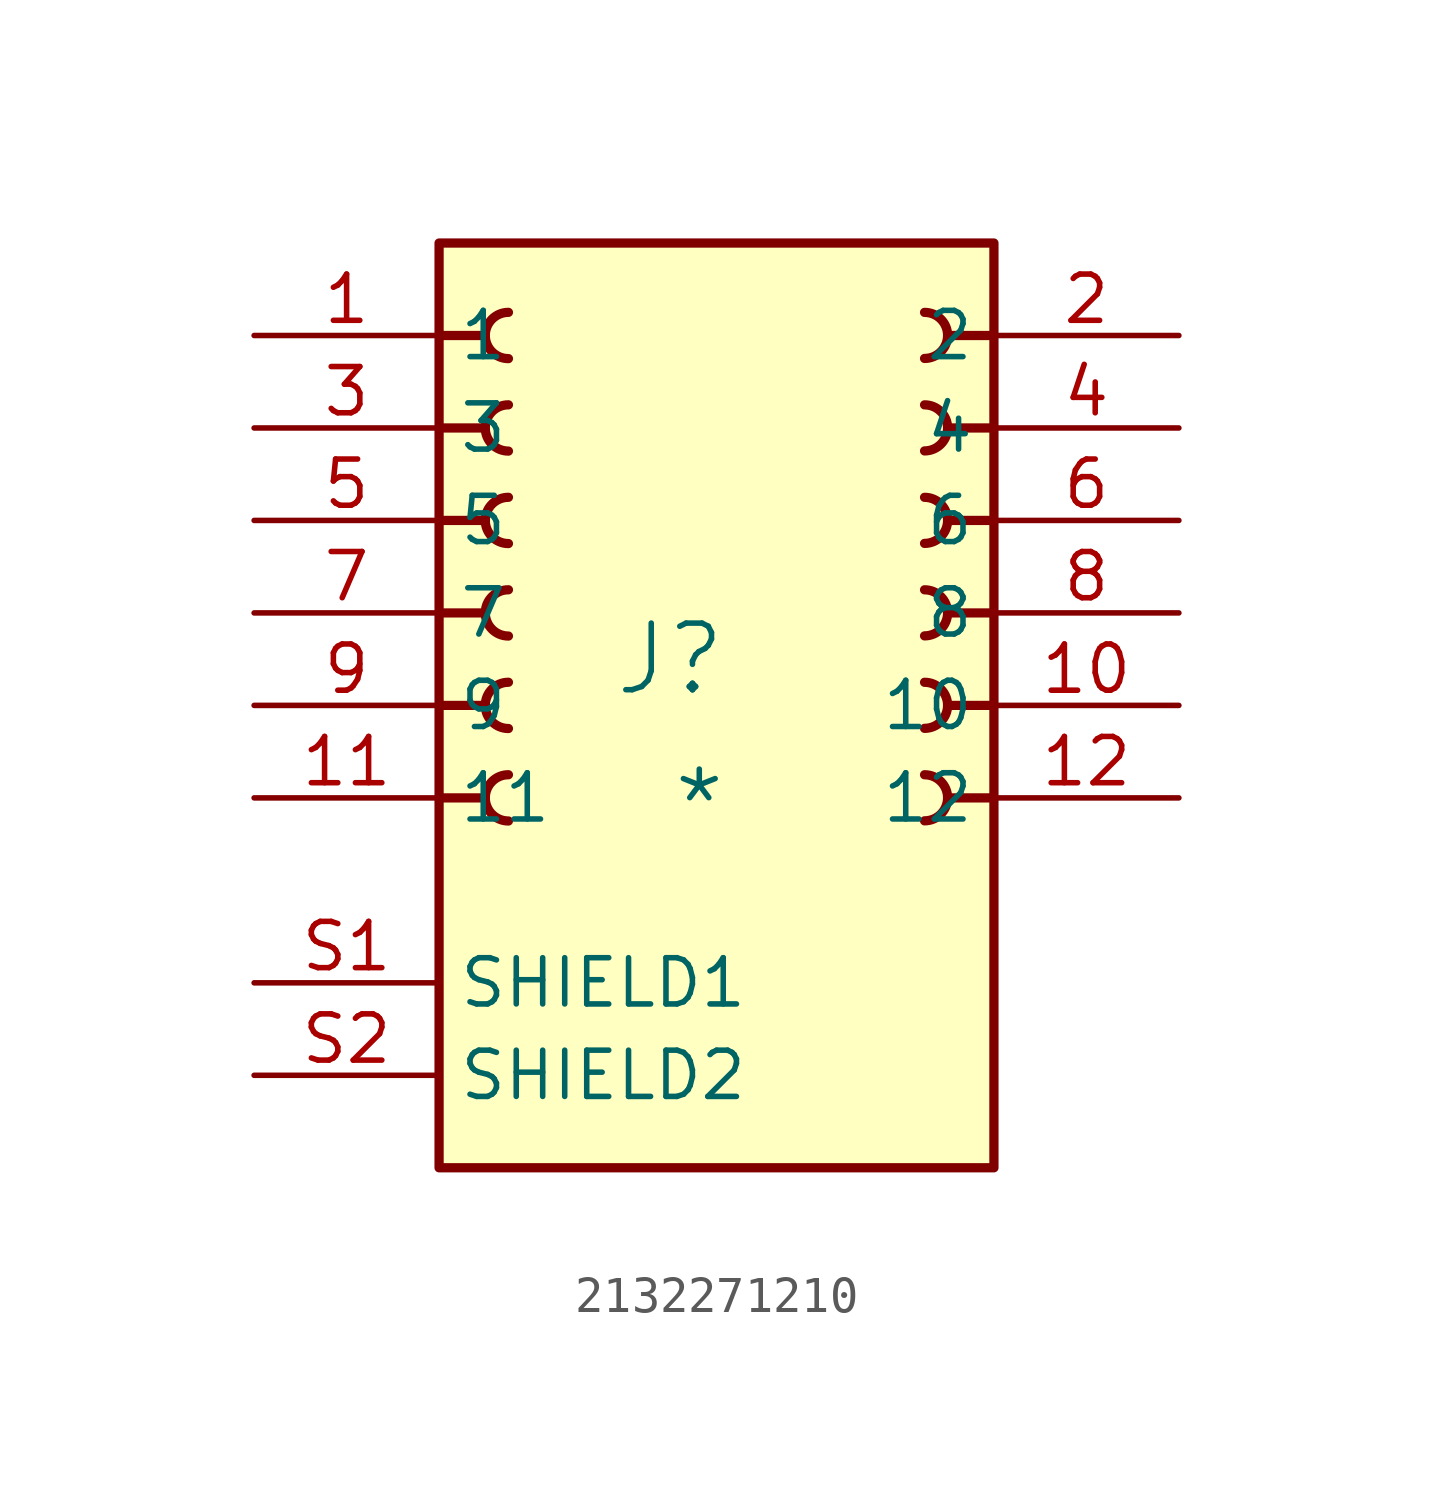
<source format=kicad_sym>
(kicad_symbol_lib
  (version 20231120)
  (generator "kicad_symbol_editor")
  (generator_version "8.0")
  (symbol "2132271210"
    (property "Reference" "J"
      (at -1.27 1.27 0)
      (effects (font (size 1.829 1.829))))
    (property "Value" "*"
      (at -1.27 -3.81 0)
      (effects (font (size 1.829 1.829)) (justify left bottom)))
    (symbol "2132271210_1_0"
      (arc (start -5.715 -1.905) (mid -6.35 -2.54) (end -5.715 -3.175) (stroke (width 0.254) (type solid)) (fill (type none)))
      (arc (start -5.715 0.635) (mid -6.35 0) (end -5.715 -0.635) (stroke (width 0.254) (type solid)) (fill (type none)))
      (arc (start -5.715 3.175) (mid -6.35 2.54) (end -5.715 1.905) (stroke (width 0.254) (type solid)) (fill (type none)))
      (arc (start -5.715 5.715) (mid -6.35 5.08) (end -5.715 4.445) (stroke (width 0.254) (type solid)) (fill (type none)))
      (arc (start -5.715 8.255) (mid -6.35 7.62) (end -5.715 6.985) (stroke (width 0.254) (type solid)) (fill (type none)))
      (arc (start -5.715 10.795) (mid -6.35 10.16) (end -5.715 9.525) (stroke (width 0.254) (type solid)) (fill (type none)))
      (polyline (pts (xy -7.62 -2.54) (xy -6.35 -2.54)) (stroke (width 0.254) (type solid)) (fill (type none)))
      (polyline (pts (xy -7.62 0) (xy -6.35 0)) (stroke (width 0.254) (type solid)) (fill (type none)))
      (polyline (pts (xy -7.62 2.54) (xy -6.35 2.54)) (stroke (width 0.254) (type solid)) (fill (type none)))
      (polyline (pts (xy -7.62 5.08) (xy -6.35 5.08)) (stroke (width 0.254) (type solid)) (fill (type none)))
      (polyline (pts (xy -7.62 7.62) (xy -6.35 7.62)) (stroke (width 0.254) (type solid)) (fill (type none)))
      (polyline (pts (xy -7.62 10.16) (xy -6.35 10.16)) (stroke (width 0.254) (type solid)) (fill (type none)))
      (polyline (pts (xy 7.62 -2.54) (xy 6.35 -2.54)) (stroke (width 0.254) (type solid)) (fill (type none)))
      (polyline (pts (xy 7.62 0) (xy 6.35 0)) (stroke (width 0.254) (type solid)) (fill (type none)))
      (polyline (pts (xy 7.62 2.54) (xy 6.35 2.54)) (stroke (width 0.254) (type solid)) (fill (type none)))
      (polyline (pts (xy 7.62 5.08) (xy 6.35 5.08)) (stroke (width 0.254) (type solid)) (fill (type none)))
      (polyline (pts (xy 7.62 7.62) (xy 6.35 7.62)) (stroke (width 0.254) (type solid)) (fill (type none)))
      (polyline (pts (xy 7.62 10.16) (xy 6.35 10.16)) (stroke (width 0.254) (type solid)) (fill (type none)))
      (arc (start 5.715 -3.175) (mid 6.35 -2.54) (end 5.715 -1.905) (stroke (width 0.254) (type solid)) (fill (type none)))
      (arc (start 5.715 -0.635) (mid 6.35 0) (end 5.715 0.635) (stroke (width 0.254) (type solid)) (fill (type none)))
      (arc (start 5.715 1.905) (mid 6.35 2.54) (end 5.715 3.175) (stroke (width 0.254) (type solid)) (fill (type none)))
      (arc (start 5.715 4.445) (mid 6.35 5.08) (end 5.715 5.715) (stroke (width 0.254) (type solid)) (fill (type none)))
      (arc (start 5.715 6.985) (mid 6.35 7.62) (end 5.715 8.255) (stroke (width 0.254) (type solid)) (fill (type none)))
      (arc (start 5.715 9.525) (mid 6.35 10.16) (end 5.715 10.795) (stroke (width 0.254) (type solid)) (fill (type none)))
      (rectangle (start 7.62 12.7) (end -7.62 -12.7) (stroke (width 0.254) (type solid) (color 128 0 0 1)) (fill (type background)))
      (pin passive line (at -12.7 10.16 0) (length 5.08) (name "1" (effects (font (size 1.27 1.27)))) (number "1" (effects (font (size 1.27 1.27)))))
      (pin passive line (at 12.7 0 180) (length 5.08) (name "10" (effects (font (size 1.27 1.27)))) (number "10" (effects (font (size 1.27 1.27)))))
      (pin passive line (at -12.7 -2.54 0) (length 5.08) (name "11" (effects (font (size 1.27 1.27)))) (number "11" (effects (font (size 1.27 1.27)))))
      (pin passive line (at 12.7 -2.54 180) (length 5.08) (name "12" (effects (font (size 1.27 1.27)))) (number "12" (effects (font (size 1.27 1.27)))))
      (pin passive line (at 12.7 10.16 180) (length 5.08) (name "2" (effects (font (size 1.27 1.27)))) (number "2" (effects (font (size 1.27 1.27)))))
      (pin passive line (at -12.7 7.62 0) (length 5.08) (name "3" (effects (font (size 1.27 1.27)))) (number "3" (effects (font (size 1.27 1.27)))))
      (pin passive line (at 12.7 7.62 180) (length 5.08) (name "4" (effects (font (size 1.27 1.27)))) (number "4" (effects (font (size 1.27 1.27)))))
      (pin passive line (at -12.7 5.08 0) (length 5.08) (name "5" (effects (font (size 1.27 1.27)))) (number "5" (effects (font (size 1.27 1.27)))))
      (pin passive line (at 12.7 5.08 180) (length 5.08) (name "6" (effects (font (size 1.27 1.27)))) (number "6" (effects (font (size 1.27 1.27)))))
      (pin passive line (at -12.7 2.54 0) (length 5.08) (name "7" (effects (font (size 1.27 1.27)))) (number "7" (effects (font (size 1.27 1.27)))))
      (pin passive line (at 12.7 2.54 180) (length 5.08) (name "8" (effects (font (size 1.27 1.27)))) (number "8" (effects (font (size 1.27 1.27)))))
      (pin passive line (at -12.7 0 0) (length 5.08) (name "9" (effects (font (size 1.27 1.27)))) (number "9" (effects (font (size 1.27 1.27)))))
      (pin passive line (at -12.7 -7.62 0) (length 5.08) (name "SHIELD1" (effects (font (size 1.27 1.27)))) (number "S1" (effects (font (size 1.27 1.27)))))
      (pin passive line (at -12.7 -10.16 0) (length 5.08) (name "SHIELD2" (effects (font (size 1.27 1.27)))) (number "S2" (effects (font (size 1.27 1.27))))))))
</source>
